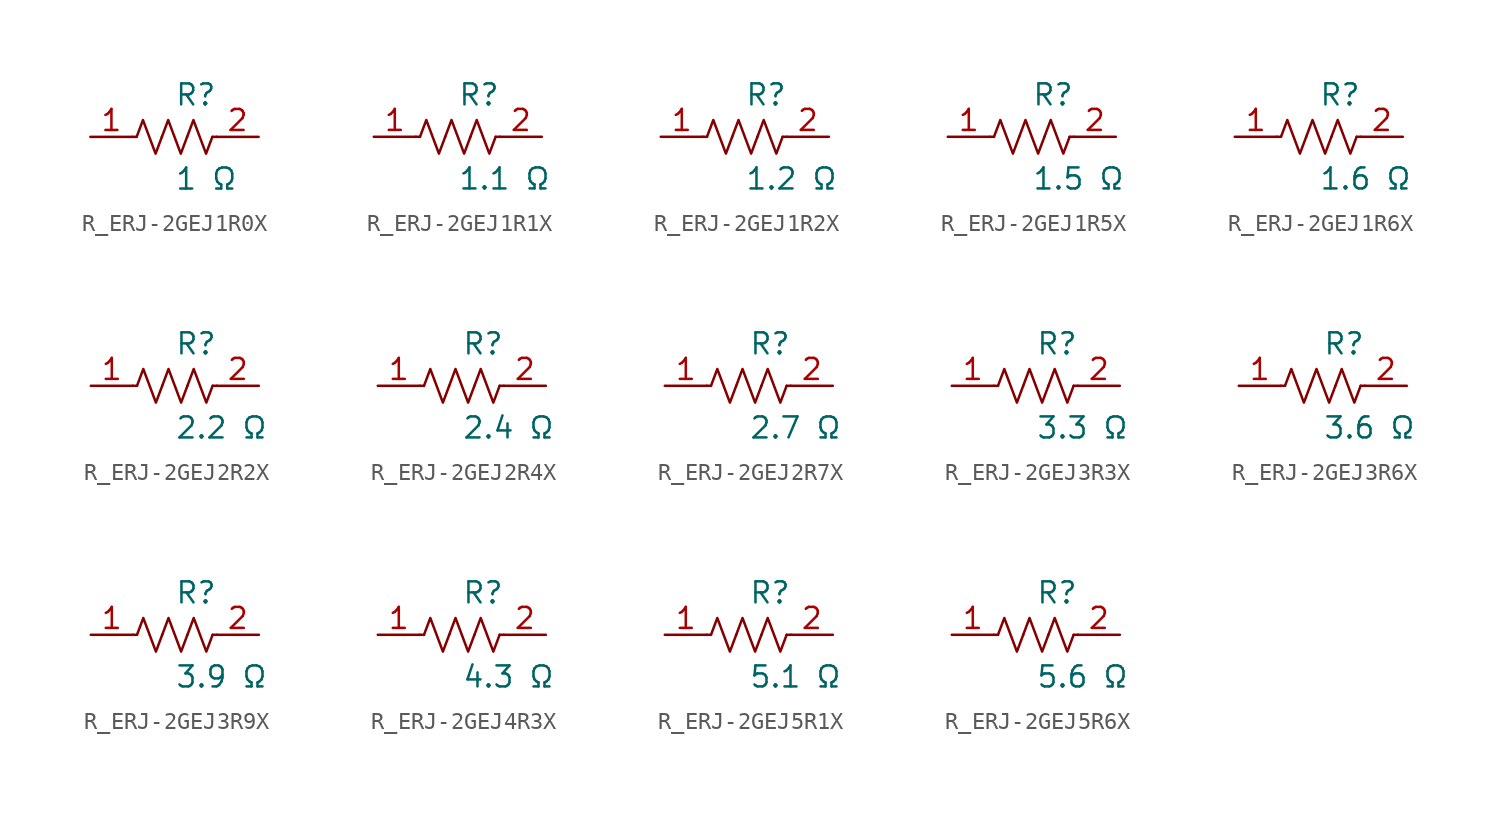
<source format=kicad_sym>
(kicad_symbol_lib
  (version 20231120)
  (generator kicad_symbol_editor)
  (generator_version 8.0)
  (symbol "R_ERJ-2GEJ1R0X"
    (pin_names
      (offset 0.254))
    (property "Reference" "R"
      (at 0.0 2.54 0)
      (effects (font (size 1.27 1.27)) (justify left)))
    (property "Value" "1 Ω"
      (at 0.0 -2.54 0)
      (effects (font (size 1.27 1.27)) (justify left)))
    (symbol "R_ERJ-2GEJ1R0X_0_1"
      (polyline (pts (xy 2.286 0) (xy 2.54 0)) (stroke (width 0) (type default)) (fill (type none)))
      (polyline (pts (xy -2.286 0) (xy -2.54 0)) (stroke (width 0) (type default)) (fill (type none)))
      (polyline (pts (xy 0.762 0) (xy 1.143 1.016) (xy 1.524 0) (xy 1.905 -1.016) (xy 2.286 0)) (stroke (width 0) (type default)) (fill (type none)))
      (polyline (pts (xy -0.762 0) (xy -0.381 1.016) (xy 0 0) (xy 0.381 -1.016) (xy 0.762 0)) (stroke (width 0) (type default)) (fill (type none)))
      (polyline (pts (xy -2.286 0) (xy -1.905 1.016) (xy -1.524 0) (xy -1.143 -1.016) (xy -0.762 0)) (stroke (width 0) (type default)) (fill (type none))))
    (pin unspecified line
      (at -5.08 0 0)
      (length 2.54)
      (name "" (effects (font (size 1.27 1.27))))
      (number "1" (effects (font (size 1.27 1.27)))))
    (pin unspecified line
      (at 5.08 0 180)
      (length 2.54)
      (name "" (effects (font (size 1.27 1.27))))
      (number "2" (effects (font (size 1.27 1.27))))))
  (symbol "R_ERJ-2GEJ1R1X"
    (pin_names
      (offset 0.254))
    (property "Reference" "R"
      (at 0.0 2.54 0)
      (effects (font (size 1.27 1.27)) (justify left)))
    (property "Value" "1.1 Ω"
      (at 0.0 -2.54 0)
      (effects (font (size 1.27 1.27)) (justify left)))
    (symbol "R_ERJ-2GEJ1R1X_0_1"
      (polyline (pts (xy 2.286 0) (xy 2.54 0)) (stroke (width 0) (type default)) (fill (type none)))
      (polyline (pts (xy -2.286 0) (xy -2.54 0)) (stroke (width 0) (type default)) (fill (type none)))
      (polyline (pts (xy 0.762 0) (xy 1.143 1.016) (xy 1.524 0) (xy 1.905 -1.016) (xy 2.286 0)) (stroke (width 0) (type default)) (fill (type none)))
      (polyline (pts (xy -0.762 0) (xy -0.381 1.016) (xy 0 0) (xy 0.381 -1.016) (xy 0.762 0)) (stroke (width 0) (type default)) (fill (type none)))
      (polyline (pts (xy -2.286 0) (xy -1.905 1.016) (xy -1.524 0) (xy -1.143 -1.016) (xy -0.762 0)) (stroke (width 0) (type default)) (fill (type none))))
    (pin unspecified line
      (at -5.08 0 0)
      (length 2.54)
      (name "" (effects (font (size 1.27 1.27))))
      (number "1" (effects (font (size 1.27 1.27)))))
    (pin unspecified line
      (at 5.08 0 180)
      (length 2.54)
      (name "" (effects (font (size 1.27 1.27))))
      (number "2" (effects (font (size 1.27 1.27))))))
  (symbol "R_ERJ-2GEJ1R2X"
    (pin_names
      (offset 0.254))
    (property "Reference" "R"
      (at 0.0 2.54 0)
      (effects (font (size 1.27 1.27)) (justify left)))
    (property "Value" "1.2 Ω"
      (at 0.0 -2.54 0)
      (effects (font (size 1.27 1.27)) (justify left)))
    (symbol "R_ERJ-2GEJ1R2X_0_1"
      (polyline (pts (xy 2.286 0) (xy 2.54 0)) (stroke (width 0) (type default)) (fill (type none)))
      (polyline (pts (xy -2.286 0) (xy -2.54 0)) (stroke (width 0) (type default)) (fill (type none)))
      (polyline (pts (xy 0.762 0) (xy 1.143 1.016) (xy 1.524 0) (xy 1.905 -1.016) (xy 2.286 0)) (stroke (width 0) (type default)) (fill (type none)))
      (polyline (pts (xy -0.762 0) (xy -0.381 1.016) (xy 0 0) (xy 0.381 -1.016) (xy 0.762 0)) (stroke (width 0) (type default)) (fill (type none)))
      (polyline (pts (xy -2.286 0) (xy -1.905 1.016) (xy -1.524 0) (xy -1.143 -1.016) (xy -0.762 0)) (stroke (width 0) (type default)) (fill (type none))))
    (pin unspecified line
      (at -5.08 0 0)
      (length 2.54)
      (name "" (effects (font (size 1.27 1.27))))
      (number "1" (effects (font (size 1.27 1.27)))))
    (pin unspecified line
      (at 5.08 0 180)
      (length 2.54)
      (name "" (effects (font (size 1.27 1.27))))
      (number "2" (effects (font (size 1.27 1.27))))))
  (symbol "R_ERJ-2GEJ1R5X"
    (pin_names
      (offset 0.254))
    (property "Reference" "R"
      (at 0.0 2.54 0)
      (effects (font (size 1.27 1.27)) (justify left)))
    (property "Value" "1.5 Ω"
      (at 0.0 -2.54 0)
      (effects (font (size 1.27 1.27)) (justify left)))
    (symbol "R_ERJ-2GEJ1R5X_0_1"
      (polyline (pts (xy 2.286 0) (xy 2.54 0)) (stroke (width 0) (type default)) (fill (type none)))
      (polyline (pts (xy -2.286 0) (xy -2.54 0)) (stroke (width 0) (type default)) (fill (type none)))
      (polyline (pts (xy 0.762 0) (xy 1.143 1.016) (xy 1.524 0) (xy 1.905 -1.016) (xy 2.286 0)) (stroke (width 0) (type default)) (fill (type none)))
      (polyline (pts (xy -0.762 0) (xy -0.381 1.016) (xy 0 0) (xy 0.381 -1.016) (xy 0.762 0)) (stroke (width 0) (type default)) (fill (type none)))
      (polyline (pts (xy -2.286 0) (xy -1.905 1.016) (xy -1.524 0) (xy -1.143 -1.016) (xy -0.762 0)) (stroke (width 0) (type default)) (fill (type none))))
    (pin unspecified line
      (at -5.08 0 0)
      (length 2.54)
      (name "" (effects (font (size 1.27 1.27))))
      (number "1" (effects (font (size 1.27 1.27)))))
    (pin unspecified line
      (at 5.08 0 180)
      (length 2.54)
      (name "" (effects (font (size 1.27 1.27))))
      (number "2" (effects (font (size 1.27 1.27))))))
  (symbol "R_ERJ-2GEJ1R6X"
    (pin_names
      (offset 0.254))
    (property "Reference" "R"
      (at 0.0 2.54 0)
      (effects (font (size 1.27 1.27)) (justify left)))
    (property "Value" "1.6 Ω"
      (at 0.0 -2.54 0)
      (effects (font (size 1.27 1.27)) (justify left)))
    (symbol "R_ERJ-2GEJ1R6X_0_1"
      (polyline (pts (xy 2.286 0) (xy 2.54 0)) (stroke (width 0) (type default)) (fill (type none)))
      (polyline (pts (xy -2.286 0) (xy -2.54 0)) (stroke (width 0) (type default)) (fill (type none)))
      (polyline (pts (xy 0.762 0) (xy 1.143 1.016) (xy 1.524 0) (xy 1.905 -1.016) (xy 2.286 0)) (stroke (width 0) (type default)) (fill (type none)))
      (polyline (pts (xy -0.762 0) (xy -0.381 1.016) (xy 0 0) (xy 0.381 -1.016) (xy 0.762 0)) (stroke (width 0) (type default)) (fill (type none)))
      (polyline (pts (xy -2.286 0) (xy -1.905 1.016) (xy -1.524 0) (xy -1.143 -1.016) (xy -0.762 0)) (stroke (width 0) (type default)) (fill (type none))))
    (pin unspecified line
      (at -5.08 0 0)
      (length 2.54)
      (name "" (effects (font (size 1.27 1.27))))
      (number "1" (effects (font (size 1.27 1.27)))))
    (pin unspecified line
      (at 5.08 0 180)
      (length 2.54)
      (name "" (effects (font (size 1.27 1.27))))
      (number "2" (effects (font (size 1.27 1.27))))))
  (symbol "R_ERJ-2GEJ2R2X"
    (pin_names
      (offset 0.254))
    (property "Reference" "R"
      (at 0.0 2.54 0)
      (effects (font (size 1.27 1.27)) (justify left)))
    (property "Value" "2.2 Ω"
      (at 0.0 -2.54 0)
      (effects (font (size 1.27 1.27)) (justify left)))
    (symbol "R_ERJ-2GEJ2R2X_0_1"
      (polyline (pts (xy 2.286 0) (xy 2.54 0)) (stroke (width 0) (type default)) (fill (type none)))
      (polyline (pts (xy -2.286 0) (xy -2.54 0)) (stroke (width 0) (type default)) (fill (type none)))
      (polyline (pts (xy 0.762 0) (xy 1.143 1.016) (xy 1.524 0) (xy 1.905 -1.016) (xy 2.286 0)) (stroke (width 0) (type default)) (fill (type none)))
      (polyline (pts (xy -0.762 0) (xy -0.381 1.016) (xy 0 0) (xy 0.381 -1.016) (xy 0.762 0)) (stroke (width 0) (type default)) (fill (type none)))
      (polyline (pts (xy -2.286 0) (xy -1.905 1.016) (xy -1.524 0) (xy -1.143 -1.016) (xy -0.762 0)) (stroke (width 0) (type default)) (fill (type none))))
    (pin unspecified line
      (at -5.08 0 0)
      (length 2.54)
      (name "" (effects (font (size 1.27 1.27))))
      (number "1" (effects (font (size 1.27 1.27)))))
    (pin unspecified line
      (at 5.08 0 180)
      (length 2.54)
      (name "" (effects (font (size 1.27 1.27))))
      (number "2" (effects (font (size 1.27 1.27))))))
  (symbol "R_ERJ-2GEJ2R4X"
    (pin_names
      (offset 0.254))
    (property "Reference" "R"
      (at 0.0 2.54 0)
      (effects (font (size 1.27 1.27)) (justify left)))
    (property "Value" "2.4 Ω"
      (at 0.0 -2.54 0)
      (effects (font (size 1.27 1.27)) (justify left)))
    (symbol "R_ERJ-2GEJ2R4X_0_1"
      (polyline (pts (xy 2.286 0) (xy 2.54 0)) (stroke (width 0) (type default)) (fill (type none)))
      (polyline (pts (xy -2.286 0) (xy -2.54 0)) (stroke (width 0) (type default)) (fill (type none)))
      (polyline (pts (xy 0.762 0) (xy 1.143 1.016) (xy 1.524 0) (xy 1.905 -1.016) (xy 2.286 0)) (stroke (width 0) (type default)) (fill (type none)))
      (polyline (pts (xy -0.762 0) (xy -0.381 1.016) (xy 0 0) (xy 0.381 -1.016) (xy 0.762 0)) (stroke (width 0) (type default)) (fill (type none)))
      (polyline (pts (xy -2.286 0) (xy -1.905 1.016) (xy -1.524 0) (xy -1.143 -1.016) (xy -0.762 0)) (stroke (width 0) (type default)) (fill (type none))))
    (pin unspecified line
      (at -5.08 0 0)
      (length 2.54)
      (name "" (effects (font (size 1.27 1.27))))
      (number "1" (effects (font (size 1.27 1.27)))))
    (pin unspecified line
      (at 5.08 0 180)
      (length 2.54)
      (name "" (effects (font (size 1.27 1.27))))
      (number "2" (effects (font (size 1.27 1.27))))))
  (symbol "R_ERJ-2GEJ2R7X"
    (pin_names
      (offset 0.254))
    (property "Reference" "R"
      (at 0.0 2.54 0)
      (effects (font (size 1.27 1.27)) (justify left)))
    (property "Value" "2.7 Ω"
      (at 0.0 -2.54 0)
      (effects (font (size 1.27 1.27)) (justify left)))
    (symbol "R_ERJ-2GEJ2R7X_0_1"
      (polyline (pts (xy 2.286 0) (xy 2.54 0)) (stroke (width 0) (type default)) (fill (type none)))
      (polyline (pts (xy -2.286 0) (xy -2.54 0)) (stroke (width 0) (type default)) (fill (type none)))
      (polyline (pts (xy 0.762 0) (xy 1.143 1.016) (xy 1.524 0) (xy 1.905 -1.016) (xy 2.286 0)) (stroke (width 0) (type default)) (fill (type none)))
      (polyline (pts (xy -0.762 0) (xy -0.381 1.016) (xy 0 0) (xy 0.381 -1.016) (xy 0.762 0)) (stroke (width 0) (type default)) (fill (type none)))
      (polyline (pts (xy -2.286 0) (xy -1.905 1.016) (xy -1.524 0) (xy -1.143 -1.016) (xy -0.762 0)) (stroke (width 0) (type default)) (fill (type none))))
    (pin unspecified line
      (at -5.08 0 0)
      (length 2.54)
      (name "" (effects (font (size 1.27 1.27))))
      (number "1" (effects (font (size 1.27 1.27)))))
    (pin unspecified line
      (at 5.08 0 180)
      (length 2.54)
      (name "" (effects (font (size 1.27 1.27))))
      (number "2" (effects (font (size 1.27 1.27))))))
  (symbol "R_ERJ-2GEJ3R3X"
    (pin_names
      (offset 0.254))
    (property "Reference" "R"
      (at 0.0 2.54 0)
      (effects (font (size 1.27 1.27)) (justify left)))
    (property "Value" "3.3 Ω"
      (at 0.0 -2.54 0)
      (effects (font (size 1.27 1.27)) (justify left)))
    (symbol "R_ERJ-2GEJ3R3X_0_1"
      (polyline (pts (xy 2.286 0) (xy 2.54 0)) (stroke (width 0) (type default)) (fill (type none)))
      (polyline (pts (xy -2.286 0) (xy -2.54 0)) (stroke (width 0) (type default)) (fill (type none)))
      (polyline (pts (xy 0.762 0) (xy 1.143 1.016) (xy 1.524 0) (xy 1.905 -1.016) (xy 2.286 0)) (stroke (width 0) (type default)) (fill (type none)))
      (polyline (pts (xy -0.762 0) (xy -0.381 1.016) (xy 0 0) (xy 0.381 -1.016) (xy 0.762 0)) (stroke (width 0) (type default)) (fill (type none)))
      (polyline (pts (xy -2.286 0) (xy -1.905 1.016) (xy -1.524 0) (xy -1.143 -1.016) (xy -0.762 0)) (stroke (width 0) (type default)) (fill (type none))))
    (pin unspecified line
      (at -5.08 0 0)
      (length 2.54)
      (name "" (effects (font (size 1.27 1.27))))
      (number "1" (effects (font (size 1.27 1.27)))))
    (pin unspecified line
      (at 5.08 0 180)
      (length 2.54)
      (name "" (effects (font (size 1.27 1.27))))
      (number "2" (effects (font (size 1.27 1.27))))))
  (symbol "R_ERJ-2GEJ3R6X"
    (pin_names
      (offset 0.254))
    (property "Reference" "R"
      (at 0.0 2.54 0)
      (effects (font (size 1.27 1.27)) (justify left)))
    (property "Value" "3.6 Ω"
      (at 0.0 -2.54 0)
      (effects (font (size 1.27 1.27)) (justify left)))
    (symbol "R_ERJ-2GEJ3R6X_0_1"
      (polyline (pts (xy 2.286 0) (xy 2.54 0)) (stroke (width 0) (type default)) (fill (type none)))
      (polyline (pts (xy -2.286 0) (xy -2.54 0)) (stroke (width 0) (type default)) (fill (type none)))
      (polyline (pts (xy 0.762 0) (xy 1.143 1.016) (xy 1.524 0) (xy 1.905 -1.016) (xy 2.286 0)) (stroke (width 0) (type default)) (fill (type none)))
      (polyline (pts (xy -0.762 0) (xy -0.381 1.016) (xy 0 0) (xy 0.381 -1.016) (xy 0.762 0)) (stroke (width 0) (type default)) (fill (type none)))
      (polyline (pts (xy -2.286 0) (xy -1.905 1.016) (xy -1.524 0) (xy -1.143 -1.016) (xy -0.762 0)) (stroke (width 0) (type default)) (fill (type none))))
    (pin unspecified line
      (at -5.08 0 0)
      (length 2.54)
      (name "" (effects (font (size 1.27 1.27))))
      (number "1" (effects (font (size 1.27 1.27)))))
    (pin unspecified line
      (at 5.08 0 180)
      (length 2.54)
      (name "" (effects (font (size 1.27 1.27))))
      (number "2" (effects (font (size 1.27 1.27))))))
  (symbol "R_ERJ-2GEJ3R9X"
    (pin_names
      (offset 0.254))
    (property "Reference" "R"
      (at 0.0 2.54 0)
      (effects (font (size 1.27 1.27)) (justify left)))
    (property "Value" "3.9 Ω"
      (at 0.0 -2.54 0)
      (effects (font (size 1.27 1.27)) (justify left)))
    (symbol "R_ERJ-2GEJ3R9X_0_1"
      (polyline (pts (xy 2.286 0) (xy 2.54 0)) (stroke (width 0) (type default)) (fill (type none)))
      (polyline (pts (xy -2.286 0) (xy -2.54 0)) (stroke (width 0) (type default)) (fill (type none)))
      (polyline (pts (xy 0.762 0) (xy 1.143 1.016) (xy 1.524 0) (xy 1.905 -1.016) (xy 2.286 0)) (stroke (width 0) (type default)) (fill (type none)))
      (polyline (pts (xy -0.762 0) (xy -0.381 1.016) (xy 0 0) (xy 0.381 -1.016) (xy 0.762 0)) (stroke (width 0) (type default)) (fill (type none)))
      (polyline (pts (xy -2.286 0) (xy -1.905 1.016) (xy -1.524 0) (xy -1.143 -1.016) (xy -0.762 0)) (stroke (width 0) (type default)) (fill (type none))))
    (pin unspecified line
      (at -5.08 0 0)
      (length 2.54)
      (name "" (effects (font (size 1.27 1.27))))
      (number "1" (effects (font (size 1.27 1.27)))))
    (pin unspecified line
      (at 5.08 0 180)
      (length 2.54)
      (name "" (effects (font (size 1.27 1.27))))
      (number "2" (effects (font (size 1.27 1.27))))))
  (symbol "R_ERJ-2GEJ4R3X"
    (pin_names
      (offset 0.254))
    (property "Reference" "R"
      (at 0.0 2.54 0)
      (effects (font (size 1.27 1.27)) (justify left)))
    (property "Value" "4.3 Ω"
      (at 0.0 -2.54 0)
      (effects (font (size 1.27 1.27)) (justify left)))
    (symbol "R_ERJ-2GEJ4R3X_0_1"
      (polyline (pts (xy 2.286 0) (xy 2.54 0)) (stroke (width 0) (type default)) (fill (type none)))
      (polyline (pts (xy -2.286 0) (xy -2.54 0)) (stroke (width 0) (type default)) (fill (type none)))
      (polyline (pts (xy 0.762 0) (xy 1.143 1.016) (xy 1.524 0) (xy 1.905 -1.016) (xy 2.286 0)) (stroke (width 0) (type default)) (fill (type none)))
      (polyline (pts (xy -0.762 0) (xy -0.381 1.016) (xy 0 0) (xy 0.381 -1.016) (xy 0.762 0)) (stroke (width 0) (type default)) (fill (type none)))
      (polyline (pts (xy -2.286 0) (xy -1.905 1.016) (xy -1.524 0) (xy -1.143 -1.016) (xy -0.762 0)) (stroke (width 0) (type default)) (fill (type none))))
    (pin unspecified line
      (at -5.08 0 0)
      (length 2.54)
      (name "" (effects (font (size 1.27 1.27))))
      (number "1" (effects (font (size 1.27 1.27)))))
    (pin unspecified line
      (at 5.08 0 180)
      (length 2.54)
      (name "" (effects (font (size 1.27 1.27))))
      (number "2" (effects (font (size 1.27 1.27))))))
  (symbol "R_ERJ-2GEJ5R1X"
    (pin_names
      (offset 0.254))
    (property "Reference" "R"
      (at 0.0 2.54 0)
      (effects (font (size 1.27 1.27)) (justify left)))
    (property "Value" "5.1 Ω"
      (at 0.0 -2.54 0)
      (effects (font (size 1.27 1.27)) (justify left)))
    (symbol "R_ERJ-2GEJ5R1X_0_1"
      (polyline (pts (xy 2.286 0) (xy 2.54 0)) (stroke (width 0) (type default)) (fill (type none)))
      (polyline (pts (xy -2.286 0) (xy -2.54 0)) (stroke (width 0) (type default)) (fill (type none)))
      (polyline (pts (xy 0.762 0) (xy 1.143 1.016) (xy 1.524 0) (xy 1.905 -1.016) (xy 2.286 0)) (stroke (width 0) (type default)) (fill (type none)))
      (polyline (pts (xy -0.762 0) (xy -0.381 1.016) (xy 0 0) (xy 0.381 -1.016) (xy 0.762 0)) (stroke (width 0) (type default)) (fill (type none)))
      (polyline (pts (xy -2.286 0) (xy -1.905 1.016) (xy -1.524 0) (xy -1.143 -1.016) (xy -0.762 0)) (stroke (width 0) (type default)) (fill (type none))))
    (pin unspecified line
      (at -5.08 0 0)
      (length 2.54)
      (name "" (effects (font (size 1.27 1.27))))
      (number "1" (effects (font (size 1.27 1.27)))))
    (pin unspecified line
      (at 5.08 0 180)
      (length 2.54)
      (name "" (effects (font (size 1.27 1.27))))
      (number "2" (effects (font (size 1.27 1.27))))))
  (symbol "R_ERJ-2GEJ5R6X"
    (pin_names
      (offset 0.254))
    (property "Reference" "R"
      (at 0.0 2.54 0)
      (effects (font (size 1.27 1.27)) (justify left)))
    (property "Value" "5.6 Ω"
      (at 0.0 -2.54 0)
      (effects (font (size 1.27 1.27)) (justify left)))
    (symbol "R_ERJ-2GEJ5R6X_0_1"
      (polyline (pts (xy 2.286 0) (xy 2.54 0)) (stroke (width 0) (type default)) (fill (type none)))
      (polyline (pts (xy -2.286 0) (xy -2.54 0)) (stroke (width 0) (type default)) (fill (type none)))
      (polyline (pts (xy 0.762 0) (xy 1.143 1.016) (xy 1.524 0) (xy 1.905 -1.016) (xy 2.286 0)) (stroke (width 0) (type default)) (fill (type none)))
      (polyline (pts (xy -0.762 0) (xy -0.381 1.016) (xy 0 0) (xy 0.381 -1.016) (xy 0.762 0)) (stroke (width 0) (type default)) (fill (type none)))
      (polyline (pts (xy -2.286 0) (xy -1.905 1.016) (xy -1.524 0) (xy -1.143 -1.016) (xy -0.762 0)) (stroke (width 0) (type default)) (fill (type none))))
    (pin unspecified line
      (at -5.08 0 0)
      (length 2.54)
      (name "" (effects (font (size 1.27 1.27))))
      (number "1" (effects (font (size 1.27 1.27)))))
    (pin unspecified line
      (at 5.08 0 180)
      (length 2.54)
      (name "" (effects (font (size 1.27 1.27))))
      (number "2" (effects (font (size 1.27 1.27)))))))
</source>
